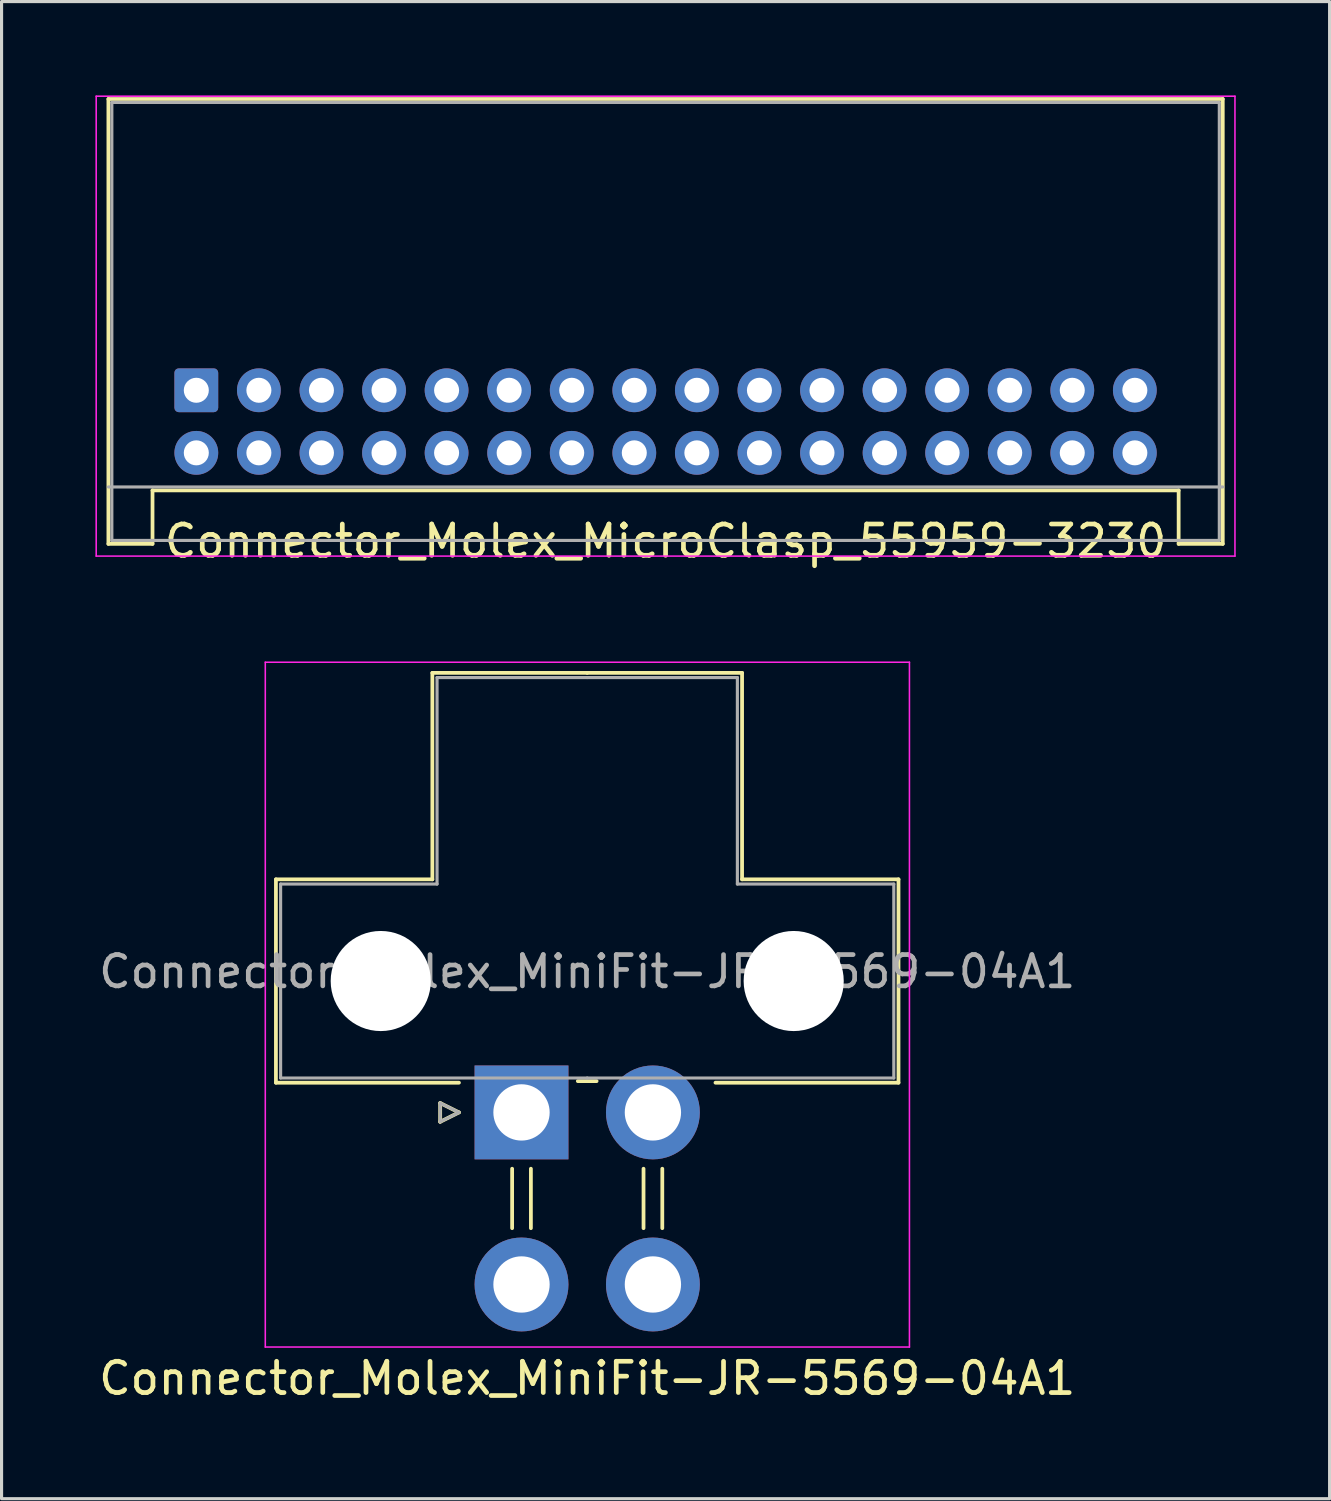
<source format=kicad_pcb>
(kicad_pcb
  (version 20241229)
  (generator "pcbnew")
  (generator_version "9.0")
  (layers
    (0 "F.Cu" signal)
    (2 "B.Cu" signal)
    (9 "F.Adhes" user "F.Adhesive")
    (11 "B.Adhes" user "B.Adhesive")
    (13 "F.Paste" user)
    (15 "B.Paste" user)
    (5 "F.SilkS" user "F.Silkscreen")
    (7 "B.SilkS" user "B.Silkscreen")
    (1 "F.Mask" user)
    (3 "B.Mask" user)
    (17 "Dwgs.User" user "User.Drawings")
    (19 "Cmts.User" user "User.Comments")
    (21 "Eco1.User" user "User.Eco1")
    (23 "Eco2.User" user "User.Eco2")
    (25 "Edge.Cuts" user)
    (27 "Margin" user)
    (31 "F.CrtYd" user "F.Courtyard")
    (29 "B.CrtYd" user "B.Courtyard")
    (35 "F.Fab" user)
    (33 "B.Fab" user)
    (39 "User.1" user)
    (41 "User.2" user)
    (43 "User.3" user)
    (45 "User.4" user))
  (footprint "Connector_Molex_MiniFit-JR-5569-04A1"
    (layer "F.Cu")
    (at 13.62 32.508)
    (property "Reference" "Connector_Molex_MiniFit-JR-5569-04A1" (at 2.1 8.5 0) (layer "F.SilkS") (effects (font (size 1 1) (thickness 0.15))))
    (attr through_hole)
    (fp_line (start -7.85 -7.45) (end -7.85 -0.95) (stroke (width 0.12) (type solid)) (layer "F.SilkS"))
    (fp_line (start -7.85 -0.95) (end -2 -0.95) (stroke (width 0.12) (type solid)) (layer "F.SilkS"))
    (fp_line (start -2.85 -14.05) (end -2.85 -7.45) (stroke (width 0.12) (type solid)) (layer "F.SilkS"))
    (fp_line (start -2.85 -7.45) (end -7.85 -7.45) (stroke (width 0.12) (type solid)) (layer "F.SilkS"))
    (fp_line (start -2.6 -0.3) (end -2 0) (stroke (width 0.12) (type solid)) (layer "F.SilkS"))
    (fp_line (start -2.6 0.3) (end -2.6 -0.3) (stroke (width 0.12) (type solid)) (layer "F.SilkS"))
    (fp_line (start -2 0) (end -2.6 0.3) (stroke (width 0.12) (type solid)) (layer "F.SilkS"))
    (fp_line (start -0.3 1.8) (end -0.3 3.7) (stroke (width 0.12) (type solid)) (layer "F.SilkS"))
    (fp_line (start 0.3 1.8) (end 0.3 3.7) (stroke (width 0.12) (type solid)) (layer "F.SilkS"))
    (fp_line (start 1.8 -1) (end 2.4 -1) (stroke (width 0.12) (type solid)) (layer "F.SilkS"))
    (fp_line (start 2.1 -14.05) (end -2.85 -14.05) (stroke (width 0.12) (type solid)) (layer "F.SilkS"))
    (fp_line (start 2.1 -14.05) (end 7.05 -14.05) (stroke (width 0.12) (type solid)) (layer "F.SilkS"))
    (fp_line (start 3.9 1.8) (end 3.9 3.7) (stroke (width 0.12) (type solid)) (layer "F.SilkS"))
    (fp_line (start 4.5 1.8) (end 4.5 3.7) (stroke (width 0.12) (type solid)) (layer "F.SilkS"))
    (fp_line (start 7.05 -14.05) (end 7.05 -7.45) (stroke (width 0.12) (type solid)) (layer "F.SilkS"))
    (fp_line (start 7.05 -7.45) (end 12.05 -7.45) (stroke (width 0.12) (type solid)) (layer "F.SilkS"))
    (fp_line (start 12.05 -7.45) (end 12.05 -0.95) (stroke (width 0.12) (type solid)) (layer "F.SilkS"))
    (fp_line (start 12.05 -0.95) (end 6.2 -0.95) (stroke (width 0.12) (type solid)) (layer "F.SilkS"))
    (fp_line (start -8.19 -14.39) (end -8.19 7.5) (stroke (width 0.05) (type solid)) (layer "F.CrtYd"))
    (fp_line (start -8.19 7.5) (end 12.4 7.5) (stroke (width 0.05) (type solid)) (layer "F.CrtYd"))
    (fp_line (start 12.4 -14.39) (end -8.19 -14.39) (stroke (width 0.05) (type solid)) (layer "F.CrtYd"))
    (fp_line (start 12.4 7.5) (end 12.4 -14.39) (stroke (width 0.05) (type solid)) (layer "F.CrtYd"))
    (fp_line (start -7.7 -7.3) (end -7.7 -1.1) (stroke (width 0.1) (type solid)) (layer "F.Fab"))
    (fp_line (start -7.7 -1.1) (end 2.1 -1.1) (stroke (width 0.1) (type solid)) (layer "F.Fab"))
    (fp_line (start -2.7 -13.9) (end -2.7 -7.3) (stroke (width 0.1) (type solid)) (layer "F.Fab"))
    (fp_line (start -2.7 -7.3) (end -7.7 -7.3) (stroke (width 0.1) (type solid)) (layer "F.Fab"))
    (fp_line (start -2.6 -0.3) (end -2 0) (stroke (width 0.1) (type solid)) (layer "F.Fab"))
    (fp_line (start -2.6 0.3) (end -2.6 -0.3) (stroke (width 0.1) (type solid)) (layer "F.Fab"))
    (fp_line (start -2 0) (end -2.6 0.3) (stroke (width 0.1) (type solid)) (layer "F.Fab"))
    (fp_line (start 2.1 -13.9) (end -2.7 -13.9) (stroke (width 0.1) (type solid)) (layer "F.Fab"))
    (fp_line (start 2.1 -13.9) (end 6.9 -13.9) (stroke (width 0.1) (type solid)) (layer "F.Fab"))
    (fp_line (start 6.9 -13.9) (end 6.9 -7.3) (stroke (width 0.1) (type solid)) (layer "F.Fab"))
    (fp_line (start 6.9 -7.3) (end 11.9 -7.3) (stroke (width 0.1) (type solid)) (layer "F.Fab"))
    (fp_line (start 11.9 -7.3) (end 11.9 -1.1) (stroke (width 0.1) (type solid)) (layer "F.Fab"))
    (fp_line (start 11.9 -1.1) (end 2.1 -1.1) (stroke (width 0.1) (type solid)) (layer "F.Fab"))
    (fp_text user "${REFERENCE}" (at 2.1 -4.5 0) (layer "F.Fab") (effects (font (size 1 1) (thickness 0.15))))
    (pad "" np_thru_hole circle (at -4.5 -4.2) (size 3.2 3.2) (drill 3.2) (layers "*.Cu" "*.Mask"))
    (pad "" np_thru_hole circle (at 8.7 -4.2) (size 3.2 3.2) (drill 3.2) (layers "*.Cu" "*.Mask"))
    (pad "1" thru_hole rect (at 0 0) (size 3 3) (drill 1.8) (layers "*.Cu" "*.Mask"))
    (pad "2" thru_hole circle (at 4.2 0) (size 3 3) (drill 1.8) (layers "*.Cu" "*.Mask"))
    (pad "3" thru_hole circle (at 0 5.5) (size 3 3) (drill 1.8) (layers "*.Cu" "*.Mask"))
    (pad "4" thru_hole circle (at 4.2 5.5) (size 3 3) (drill 1.8) (layers "*.Cu" "*.Mask")))
  (footprint "Connector_Molex_MicroClasp_55959-3230"
    (layer "F.Cu")
    (at 18.225 9.425)
    (property "Reference" "Connector_Molex_MicroClasp_55959-3230" (at 0 4.82 0) (layer "F.SilkS") (effects (font (size 1 1) (thickness 0.15))))
    (attr through_hole)
    (fp_line (start -17.81 -9.31) (end 17.81 -9.31) (stroke (width 0.12) (type solid)) (layer "F.SilkS"))
    (fp_line (start -17.81 4.91) (end -17.81 -9.31) (stroke (width 0.12) (type solid)) (layer "F.SilkS"))
    (fp_line (start -16.4 3.2) (end 16.4 3.2) (stroke (width 0.12) (type solid)) (layer "F.SilkS"))
    (fp_line (start -16.4 4.91) (end -17.81 4.91) (stroke (width 0.12) (type solid)) (layer "F.SilkS"))
    (fp_line (start -16.4 4.91) (end -16.4 3.2) (stroke (width 0.12) (type solid)) (layer "F.SilkS"))
    (fp_line (start 16.4 4.91) (end 16.4 3.2) (stroke (width 0.12) (type solid)) (layer "F.SilkS"))
    (fp_line (start 17.81 4.91) (end 16.4 4.91) (stroke (width 0.12) (type solid)) (layer "F.SilkS"))
    (fp_line (start 17.81 4.91) (end 17.81 -9.31) (stroke (width 0.12) (type solid)) (layer "F.SilkS"))
    (fp_line (start -18.2 -9.4) (end 18.2 -9.4) (stroke (width 0.05) (type solid)) (layer "F.CrtYd"))
    (fp_line (start -18.2 5.3) (end -18.2 -9.4) (stroke (width 0.05) (type solid)) (layer "F.CrtYd"))
    (fp_line (start 18.2 -9.4) (end 18.2 5.3) (stroke (width 0.05) (type solid)) (layer "F.CrtYd"))
    (fp_line (start 18.2 5.3) (end -18.2 5.3) (stroke (width 0.05) (type solid)) (layer "F.CrtYd"))
    (fp_line (start -17.81 3.09) (end 17.81 3.09) (stroke (width 0.1) (type solid)) (layer "F.Fab"))
    (fp_line (start -17.7 -9.2) (end -17.7 4.8) (stroke (width 0.1) (type solid)) (layer "F.Fab"))
    (fp_line (start -17.7 -9.2) (end 17.7 -9.2) (stroke (width 0.1) (type solid)) (layer "F.Fab"))
    (fp_line (start -17.7 4.8) (end 17.7 4.8) (stroke (width 0.1) (type solid)) (layer "F.Fab"))
    (fp_line (start 17.7 -9.2) (end 17.7 4.8) (stroke (width 0.1) (type solid)) (layer "F.Fab"))
    (pad "1" thru_hole roundrect (at -15 0) (size 1.4 1.4) (drill 0.8) (layers "*.Cu" "*.Mask") (roundrect_rratio 0.1))
    (pad "2" thru_hole circle (at -15 2) (size 1.4 1.4) (drill 0.8) (layers "*.Cu" "*.Mask"))
    (pad "3" thru_hole circle (at -13 0) (size 1.4 1.4) (drill 0.8) (layers "*.Cu" "*.Mask"))
    (pad "4" thru_hole circle (at -13 2) (size 1.4 1.4) (drill 0.8) (layers "*.Cu" "*.Mask"))
    (pad "5" thru_hole circle (at -11 0) (size 1.4 1.4) (drill 0.8) (layers "*.Cu" "*.Mask"))
    (pad "6" thru_hole circle (at -11 2) (size 1.4 1.4) (drill 0.8) (layers "*.Cu" "*.Mask"))
    (pad "7" thru_hole circle (at -9 0) (size 1.4 1.4) (drill 0.8) (layers "*.Cu" "*.Mask"))
    (pad "8" thru_hole circle (at -9 2) (size 1.4 1.4) (drill 0.8) (layers "*.Cu" "*.Mask"))
    (pad "9" thru_hole circle (at -7 0) (size 1.4 1.4) (drill 0.8) (layers "*.Cu" "*.Mask"))
    (pad "10" thru_hole circle (at -7 2) (size 1.4 1.4) (drill 0.8) (layers "*.Cu" "*.Mask"))
    (pad "11" thru_hole circle (at -5 0) (size 1.4 1.4) (drill 0.8) (layers "*.Cu" "*.Mask"))
    (pad "12" thru_hole circle (at -5 2) (size 1.4 1.4) (drill 0.8) (layers "*.Cu" "*.Mask"))
    (pad "13" thru_hole circle (at -3 0) (size 1.4 1.4) (drill 0.8) (layers "*.Cu" "*.Mask"))
    (pad "14" thru_hole circle (at -3 2) (size 1.4 1.4) (drill 0.8) (layers "*.Cu" "*.Mask"))
    (pad "15" thru_hole circle (at -1 0) (size 1.4 1.4) (drill 0.8) (layers "*.Cu" "*.Mask"))
    (pad "16" thru_hole circle (at -1 2) (size 1.4 1.4) (drill 0.8) (layers "*.Cu" "*.Mask"))
    (pad "17" thru_hole circle (at 1 0) (size 1.4 1.4) (drill 0.8) (layers "*.Cu" "*.Mask"))
    (pad "18" thru_hole circle (at 1 2) (size 1.4 1.4) (drill 0.8) (layers "*.Cu" "*.Mask"))
    (pad "19" thru_hole circle (at 3 0) (size 1.4 1.4) (drill 0.8) (layers "*.Cu" "*.Mask"))
    (pad "20" thru_hole circle (at 3 2) (size 1.4 1.4) (drill 0.8) (layers "*.Cu" "*.Mask"))
    (pad "21" thru_hole circle (at 5 0) (size 1.4 1.4) (drill 0.8) (layers "*.Cu" "*.Mask"))
    (pad "22" thru_hole circle (at 5 2) (size 1.4 1.4) (drill 0.8) (layers "*.Cu" "*.Mask"))
    (pad "23" thru_hole circle (at 7 0) (size 1.4 1.4) (drill 0.8) (layers "*.Cu" "*.Mask"))
    (pad "24" thru_hole circle (at 7 2) (size 1.4 1.4) (drill 0.8) (layers "*.Cu" "*.Mask"))
    (pad "25" thru_hole circle (at 9 0) (size 1.4 1.4) (drill 0.8) (layers "*.Cu" "*.Mask"))
    (pad "26" thru_hole circle (at 9 2) (size 1.4 1.4) (drill 0.8) (layers "*.Cu" "*.Mask"))
    (pad "27" thru_hole circle (at 11 0) (size 1.4 1.4) (drill 0.8) (layers "*.Cu" "*.Mask"))
    (pad "28" thru_hole circle (at 11 2) (size 1.4 1.4) (drill 0.8) (layers "*.Cu" "*.Mask"))
    (pad "29" thru_hole circle (at 13 0) (size 1.4 1.4) (drill 0.8) (layers "*.Cu" "*.Mask"))
    (pad "30" thru_hole circle (at 13 2) (size 1.4 1.4) (drill 0.8) (layers "*.Cu" "*.Mask"))
    (pad "31" thru_hole circle (at 15 0) (size 1.4 1.4) (drill 0.8) (layers "*.Cu" "*.Mask"))
    (pad "32" thru_hole circle (at 15 2) (size 1.4 1.4) (drill 0.8) (layers "*.Cu" "*.Mask")))
  (gr_rect
    (start -3 -3)
    (end 39.45 44.856)
    (stroke (width 0.1) (type default))
    (fill no)
    (layer "Edge.Cuts")))
</source>
